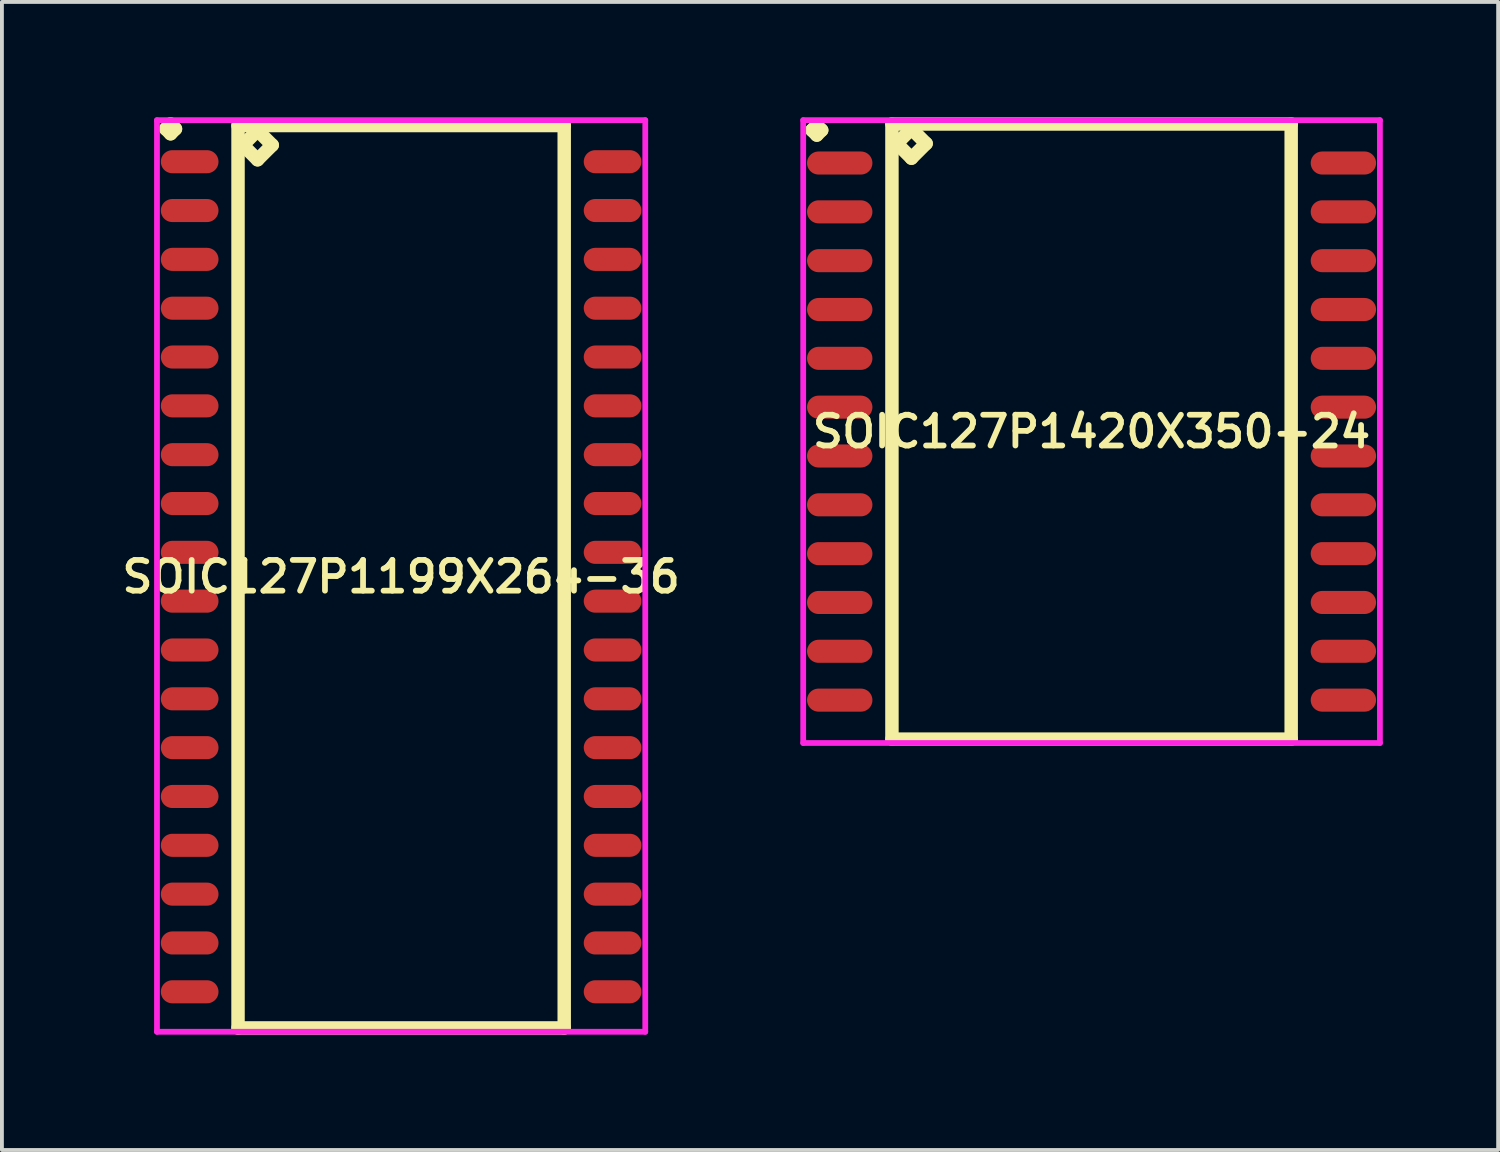
<source format=kicad_pcb>
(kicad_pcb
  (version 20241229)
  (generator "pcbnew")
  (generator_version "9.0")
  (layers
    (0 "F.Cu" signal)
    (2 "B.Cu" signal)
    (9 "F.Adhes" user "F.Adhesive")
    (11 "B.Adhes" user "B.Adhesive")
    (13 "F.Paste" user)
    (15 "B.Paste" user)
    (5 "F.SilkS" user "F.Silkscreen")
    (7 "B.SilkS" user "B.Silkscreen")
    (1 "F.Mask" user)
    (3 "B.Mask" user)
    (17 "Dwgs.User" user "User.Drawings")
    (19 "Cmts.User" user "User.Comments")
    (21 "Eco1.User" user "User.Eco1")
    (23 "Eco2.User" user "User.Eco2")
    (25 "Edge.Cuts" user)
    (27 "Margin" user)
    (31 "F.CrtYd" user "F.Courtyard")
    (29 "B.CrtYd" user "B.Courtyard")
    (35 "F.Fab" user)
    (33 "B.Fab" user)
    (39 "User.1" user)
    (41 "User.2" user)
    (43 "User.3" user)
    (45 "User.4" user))
  (footprint "SOIC127P1199X264-36"
    (layer "F.Cu")
    (at 7.383 11.951)
    (property "Reference" "SOIC127P1199X264-36" (at 0 0 0) (layer "F.SilkS") (effects (font (size 0.8 0.8) (thickness 0.15))))
    (attr through_hole)
    (fp_line (start -6.123 -11.649) (end -5.996 -11.776) (stroke (width 0.35) (type solid)) (layer "F.SilkS"))
    (fp_line (start -5.996 -11.776) (end -5.869 -11.649) (stroke (width 0.35) (type solid)) (layer "F.SilkS"))
    (fp_line (start -5.996 -11.522) (end -6.123 -11.649) (stroke (width 0.35) (type solid)) (layer "F.SilkS"))
    (fp_line (start -5.869 -11.649) (end -5.996 -11.522) (stroke (width 0.35) (type solid)) (layer "F.SilkS"))
    (fp_line (start -4.242 -11.735) (end -4.242 11.735) (stroke (width 0.35) (type solid)) (layer "F.SilkS"))
    (fp_line (start -4.242 11.735) (end 4.242 11.735) (stroke (width 0.35) (type solid)) (layer "F.SilkS"))
    (fp_line (start -4.115 -11.227) (end -3.734 -11.608) (stroke (width 0.35) (type solid)) (layer "F.SilkS"))
    (fp_line (start -3.734 -11.608) (end -3.353 -11.227) (stroke (width 0.35) (type solid)) (layer "F.SilkS"))
    (fp_line (start -3.734 -10.846) (end -4.115 -11.227) (stroke (width 0.35) (type solid)) (layer "F.SilkS"))
    (fp_line (start -3.353 -11.227) (end -3.734 -10.846) (stroke (width 0.35) (type solid)) (layer "F.SilkS"))
    (fp_line (start 4.242 -11.735) (end -4.242 -11.735) (stroke (width 0.35) (type solid)) (layer "F.SilkS"))
    (fp_line (start 4.242 11.735) (end 4.242 -11.735) (stroke (width 0.35) (type solid)) (layer "F.SilkS"))
    (fp_line (start -6.35 -11.876) (end 6.35 -11.876) (stroke (width 0.15) (type solid)) (layer "F.CrtYd"))
    (fp_line (start -6.35 11.835) (end -6.35 -11.876) (stroke (width 0.15) (type solid)) (layer "F.CrtYd"))
    (fp_line (start 6.35 -11.876) (end 6.35 11.835) (stroke (width 0.15) (type solid)) (layer "F.CrtYd"))
    (fp_line (start 6.35 11.835) (end -6.35 11.835) (stroke (width 0.15) (type solid)) (layer "F.CrtYd"))
    (pad "1" smd oval (at -5.5 -10.795) (size 1.5 0.6) (layers "F.Cu" "F.Mask" "F.Paste"))
    (pad "2" smd oval (at -5.5 -9.525) (size 1.5 0.6) (layers "F.Cu" "F.Mask" "F.Paste"))
    (pad "3" smd oval (at -5.5 -8.255) (size 1.5 0.6) (layers "F.Cu" "F.Mask" "F.Paste"))
    (pad "4" smd oval (at -5.5 -6.985) (size 1.5 0.6) (layers "F.Cu" "F.Mask" "F.Paste"))
    (pad "5" smd oval (at -5.5 -5.715) (size 1.5 0.6) (layers "F.Cu" "F.Mask" "F.Paste"))
    (pad "6" smd oval (at -5.5 -4.445) (size 1.5 0.6) (layers "F.Cu" "F.Mask" "F.Paste"))
    (pad "7" smd oval (at -5.5 -3.175) (size 1.5 0.6) (layers "F.Cu" "F.Mask" "F.Paste"))
    (pad "8" smd oval (at -5.5 -1.905) (size 1.5 0.6) (layers "F.Cu" "F.Mask" "F.Paste"))
    (pad "9" smd oval (at -5.5 -0.635) (size 1.5 0.6) (layers "F.Cu" "F.Mask" "F.Paste"))
    (pad "10" smd oval (at -5.5 0.635) (size 1.5 0.6) (layers "F.Cu" "F.Mask" "F.Paste"))
    (pad "11" smd oval (at -5.5 1.905) (size 1.5 0.6) (layers "F.Cu" "F.Mask" "F.Paste"))
    (pad "12" smd oval (at -5.5 3.175) (size 1.5 0.6) (layers "F.Cu" "F.Mask" "F.Paste"))
    (pad "13" smd oval (at -5.5 4.445) (size 1.5 0.6) (layers "F.Cu" "F.Mask" "F.Paste"))
    (pad "14" smd oval (at -5.5 5.715) (size 1.5 0.6) (layers "F.Cu" "F.Mask" "F.Paste"))
    (pad "15" smd oval (at -5.5 6.985) (size 1.5 0.6) (layers "F.Cu" "F.Mask" "F.Paste"))
    (pad "16" smd oval (at -5.5 8.255) (size 1.5 0.6) (layers "F.Cu" "F.Mask" "F.Paste"))
    (pad "17" smd oval (at -5.5 9.525) (size 1.5 0.6) (layers "F.Cu" "F.Mask" "F.Paste"))
    (pad "18" smd oval (at -5.5 10.795) (size 1.5 0.6) (layers "F.Cu" "F.Mask" "F.Paste"))
    (pad "19" smd oval (at 5.5 10.795) (size 1.5 0.6) (layers "F.Cu" "F.Mask" "F.Paste"))
    (pad "20" smd oval (at 5.5 9.525) (size 1.5 0.6) (layers "F.Cu" "F.Mask" "F.Paste"))
    (pad "21" smd oval (at 5.5 8.255) (size 1.5 0.6) (layers "F.Cu" "F.Mask" "F.Paste"))
    (pad "22" smd oval (at 5.5 6.985) (size 1.5 0.6) (layers "F.Cu" "F.Mask" "F.Paste"))
    (pad "23" smd oval (at 5.5 5.715) (size 1.5 0.6) (layers "F.Cu" "F.Mask" "F.Paste"))
    (pad "24" smd oval (at 5.5 4.445) (size 1.5 0.6) (layers "F.Cu" "F.Mask" "F.Paste"))
    (pad "25" smd oval (at 5.5 3.175) (size 1.5 0.6) (layers "F.Cu" "F.Mask" "F.Paste"))
    (pad "26" smd oval (at 5.5 1.905) (size 1.5 0.6) (layers "F.Cu" "F.Mask" "F.Paste"))
    (pad "27" smd oval (at 5.5 0.635) (size 1.5 0.6) (layers "F.Cu" "F.Mask" "F.Paste"))
    (pad "28" smd oval (at 5.5 -0.635) (size 1.5 0.6) (layers "F.Cu" "F.Mask" "F.Paste"))
    (pad "29" smd oval (at 5.5 -1.905) (size 1.5 0.6) (layers "F.Cu" "F.Mask" "F.Paste"))
    (pad "30" smd oval (at 5.5 -3.175) (size 1.5 0.6) (layers "F.Cu" "F.Mask" "F.Paste"))
    (pad "31" smd oval (at 5.5 -4.445) (size 1.5 0.6) (layers "F.Cu" "F.Mask" "F.Paste"))
    (pad "32" smd oval (at 5.5 -5.715) (size 1.5 0.6) (layers "F.Cu" "F.Mask" "F.Paste"))
    (pad "33" smd oval (at 5.5 -6.985) (size 1.5 0.6) (layers "F.Cu" "F.Mask" "F.Paste"))
    (pad "34" smd oval (at 5.5 -8.255) (size 1.5 0.6) (layers "F.Cu" "F.Mask" "F.Paste"))
    (pad "35" smd oval (at 5.5 -9.525) (size 1.5 0.6) (layers "F.Cu" "F.Mask" "F.Paste"))
    (pad "36" smd oval (at 5.5 -10.795) (size 1.5 0.6) (layers "F.Cu" "F.Mask" "F.Paste")))
  (footprint "SOIC127P1420X350-24"
    (layer "F.Cu")
    (at 25.341 8.175)
    (property "Reference" "SOIC127P1420X350-24" (at 0 0 0) (layer "F.SilkS") (effects (font (size 0.8 0.8) (thickness 0.15))))
    (attr smd)
    (fp_line (start -7.273 -7.839) (end -7.146 -7.966) (stroke (width 0.35) (type solid)) (layer "F.SilkS"))
    (fp_line (start -7.146 -7.966) (end -7.019 -7.839) (stroke (width 0.35) (type solid)) (layer "F.SilkS"))
    (fp_line (start -7.146 -7.712) (end -7.273 -7.839) (stroke (width 0.35) (type solid)) (layer "F.SilkS"))
    (fp_line (start -7.019 -7.839) (end -7.146 -7.712) (stroke (width 0.35) (type solid)) (layer "F.SilkS"))
    (fp_line (start -5.192 -8) (end -5.192 8) (stroke (width 0.35) (type solid)) (layer "F.SilkS"))
    (fp_line (start -5.192 8) (end 5.192 8) (stroke (width 0.35) (type solid)) (layer "F.SilkS"))
    (fp_line (start -5.065 -7.492) (end -4.684 -7.873) (stroke (width 0.35) (type solid)) (layer "F.SilkS"))
    (fp_line (start -4.684 -7.873) (end -4.303 -7.492) (stroke (width 0.35) (type solid)) (layer "F.SilkS"))
    (fp_line (start -4.684 -7.111) (end -5.065 -7.492) (stroke (width 0.35) (type solid)) (layer "F.SilkS"))
    (fp_line (start -4.303 -7.492) (end -4.684 -7.111) (stroke (width 0.35) (type solid)) (layer "F.SilkS"))
    (fp_line (start 5.192 -8) (end -5.192 -8) (stroke (width 0.35) (type solid)) (layer "F.SilkS"))
    (fp_line (start 5.192 8) (end 5.192 -8) (stroke (width 0.35) (type solid)) (layer "F.SilkS"))
    (fp_line (start -7.5 -8.1) (end 7.5 -8.1) (stroke (width 0.15) (type solid)) (layer "F.CrtYd"))
    (fp_line (start -7.5 8.1) (end -7.5 -8.1) (stroke (width 0.15) (type solid)) (layer "F.CrtYd"))
    (fp_line (start 7.5 -8.1) (end 7.5 8.1) (stroke (width 0.15) (type solid)) (layer "F.CrtYd"))
    (fp_line (start 7.5 8.1) (end -7.5 8.1) (stroke (width 0.15) (type solid)) (layer "F.CrtYd"))
    (pad "1" smd oval (at -6.55 -6.985) (size 1.7 0.6) (layers "F.Cu" "F.Mask" "F.Paste"))
    (pad "2" smd oval (at -6.55 -5.715) (size 1.7 0.6) (layers "F.Cu" "F.Mask" "F.Paste"))
    (pad "3" smd oval (at -6.55 -4.445) (size 1.7 0.6) (layers "F.Cu" "F.Mask" "F.Paste"))
    (pad "4" smd oval (at -6.55 -3.175) (size 1.7 0.6) (layers "F.Cu" "F.Mask" "F.Paste"))
    (pad "5" smd oval (at -6.55 -1.905) (size 1.7 0.6) (layers "F.Cu" "F.Mask" "F.Paste"))
    (pad "6" smd oval (at -6.55 -0.635) (size 1.7 0.6) (layers "F.Cu" "F.Mask" "F.Paste"))
    (pad "7" smd oval (at -6.55 0.635) (size 1.7 0.6) (layers "F.Cu" "F.Mask" "F.Paste"))
    (pad "8" smd oval (at -6.55 1.905) (size 1.7 0.6) (layers "F.Cu" "F.Mask" "F.Paste"))
    (pad "9" smd oval (at -6.55 3.175) (size 1.7 0.6) (layers "F.Cu" "F.Mask" "F.Paste"))
    (pad "10" smd oval (at -6.55 4.445) (size 1.7 0.6) (layers "F.Cu" "F.Mask" "F.Paste"))
    (pad "11" smd oval (at -6.55 5.715) (size 1.7 0.6) (layers "F.Cu" "F.Mask" "F.Paste"))
    (pad "12" smd oval (at -6.55 6.985) (size 1.7 0.6) (layers "F.Cu" "F.Mask" "F.Paste"))
    (pad "13" smd oval (at 6.55 6.985) (size 1.7 0.6) (layers "F.Cu" "F.Mask" "F.Paste"))
    (pad "14" smd oval (at 6.55 5.715) (size 1.7 0.6) (layers "F.Cu" "F.Mask" "F.Paste"))
    (pad "15" smd oval (at 6.55 4.445) (size 1.7 0.6) (layers "F.Cu" "F.Mask" "F.Paste"))
    (pad "16" smd oval (at 6.55 3.175) (size 1.7 0.6) (layers "F.Cu" "F.Mask" "F.Paste"))
    (pad "17" smd oval (at 6.55 1.905) (size 1.7 0.6) (layers "F.Cu" "F.Mask" "F.Paste"))
    (pad "18" smd oval (at 6.55 0.635) (size 1.7 0.6) (layers "F.Cu" "F.Mask" "F.Paste"))
    (pad "19" smd oval (at 6.55 -0.635) (size 1.7 0.6) (layers "F.Cu" "F.Mask" "F.Paste"))
    (pad "20" smd oval (at 6.55 -1.905) (size 1.7 0.6) (layers "F.Cu" "F.Mask" "F.Paste"))
    (pad "21" smd oval (at 6.55 -3.175) (size 1.7 0.6) (layers "F.Cu" "F.Mask" "F.Paste"))
    (pad "22" smd oval (at 6.55 -4.445) (size 1.7 0.6) (layers "F.Cu" "F.Mask" "F.Paste"))
    (pad "23" smd oval (at 6.55 -5.715) (size 1.7 0.6) (layers "F.Cu" "F.Mask" "F.Paste"))
    (pad "24" smd oval (at 6.55 -6.985) (size 1.7 0.6) (layers "F.Cu" "F.Mask" "F.Paste")))
  (gr_rect
    (start -3 -3)
    (end 35.916 26.861)
    (stroke (width 0.1) (type default))
    (fill no)
    (layer "Edge.Cuts")))
</source>
